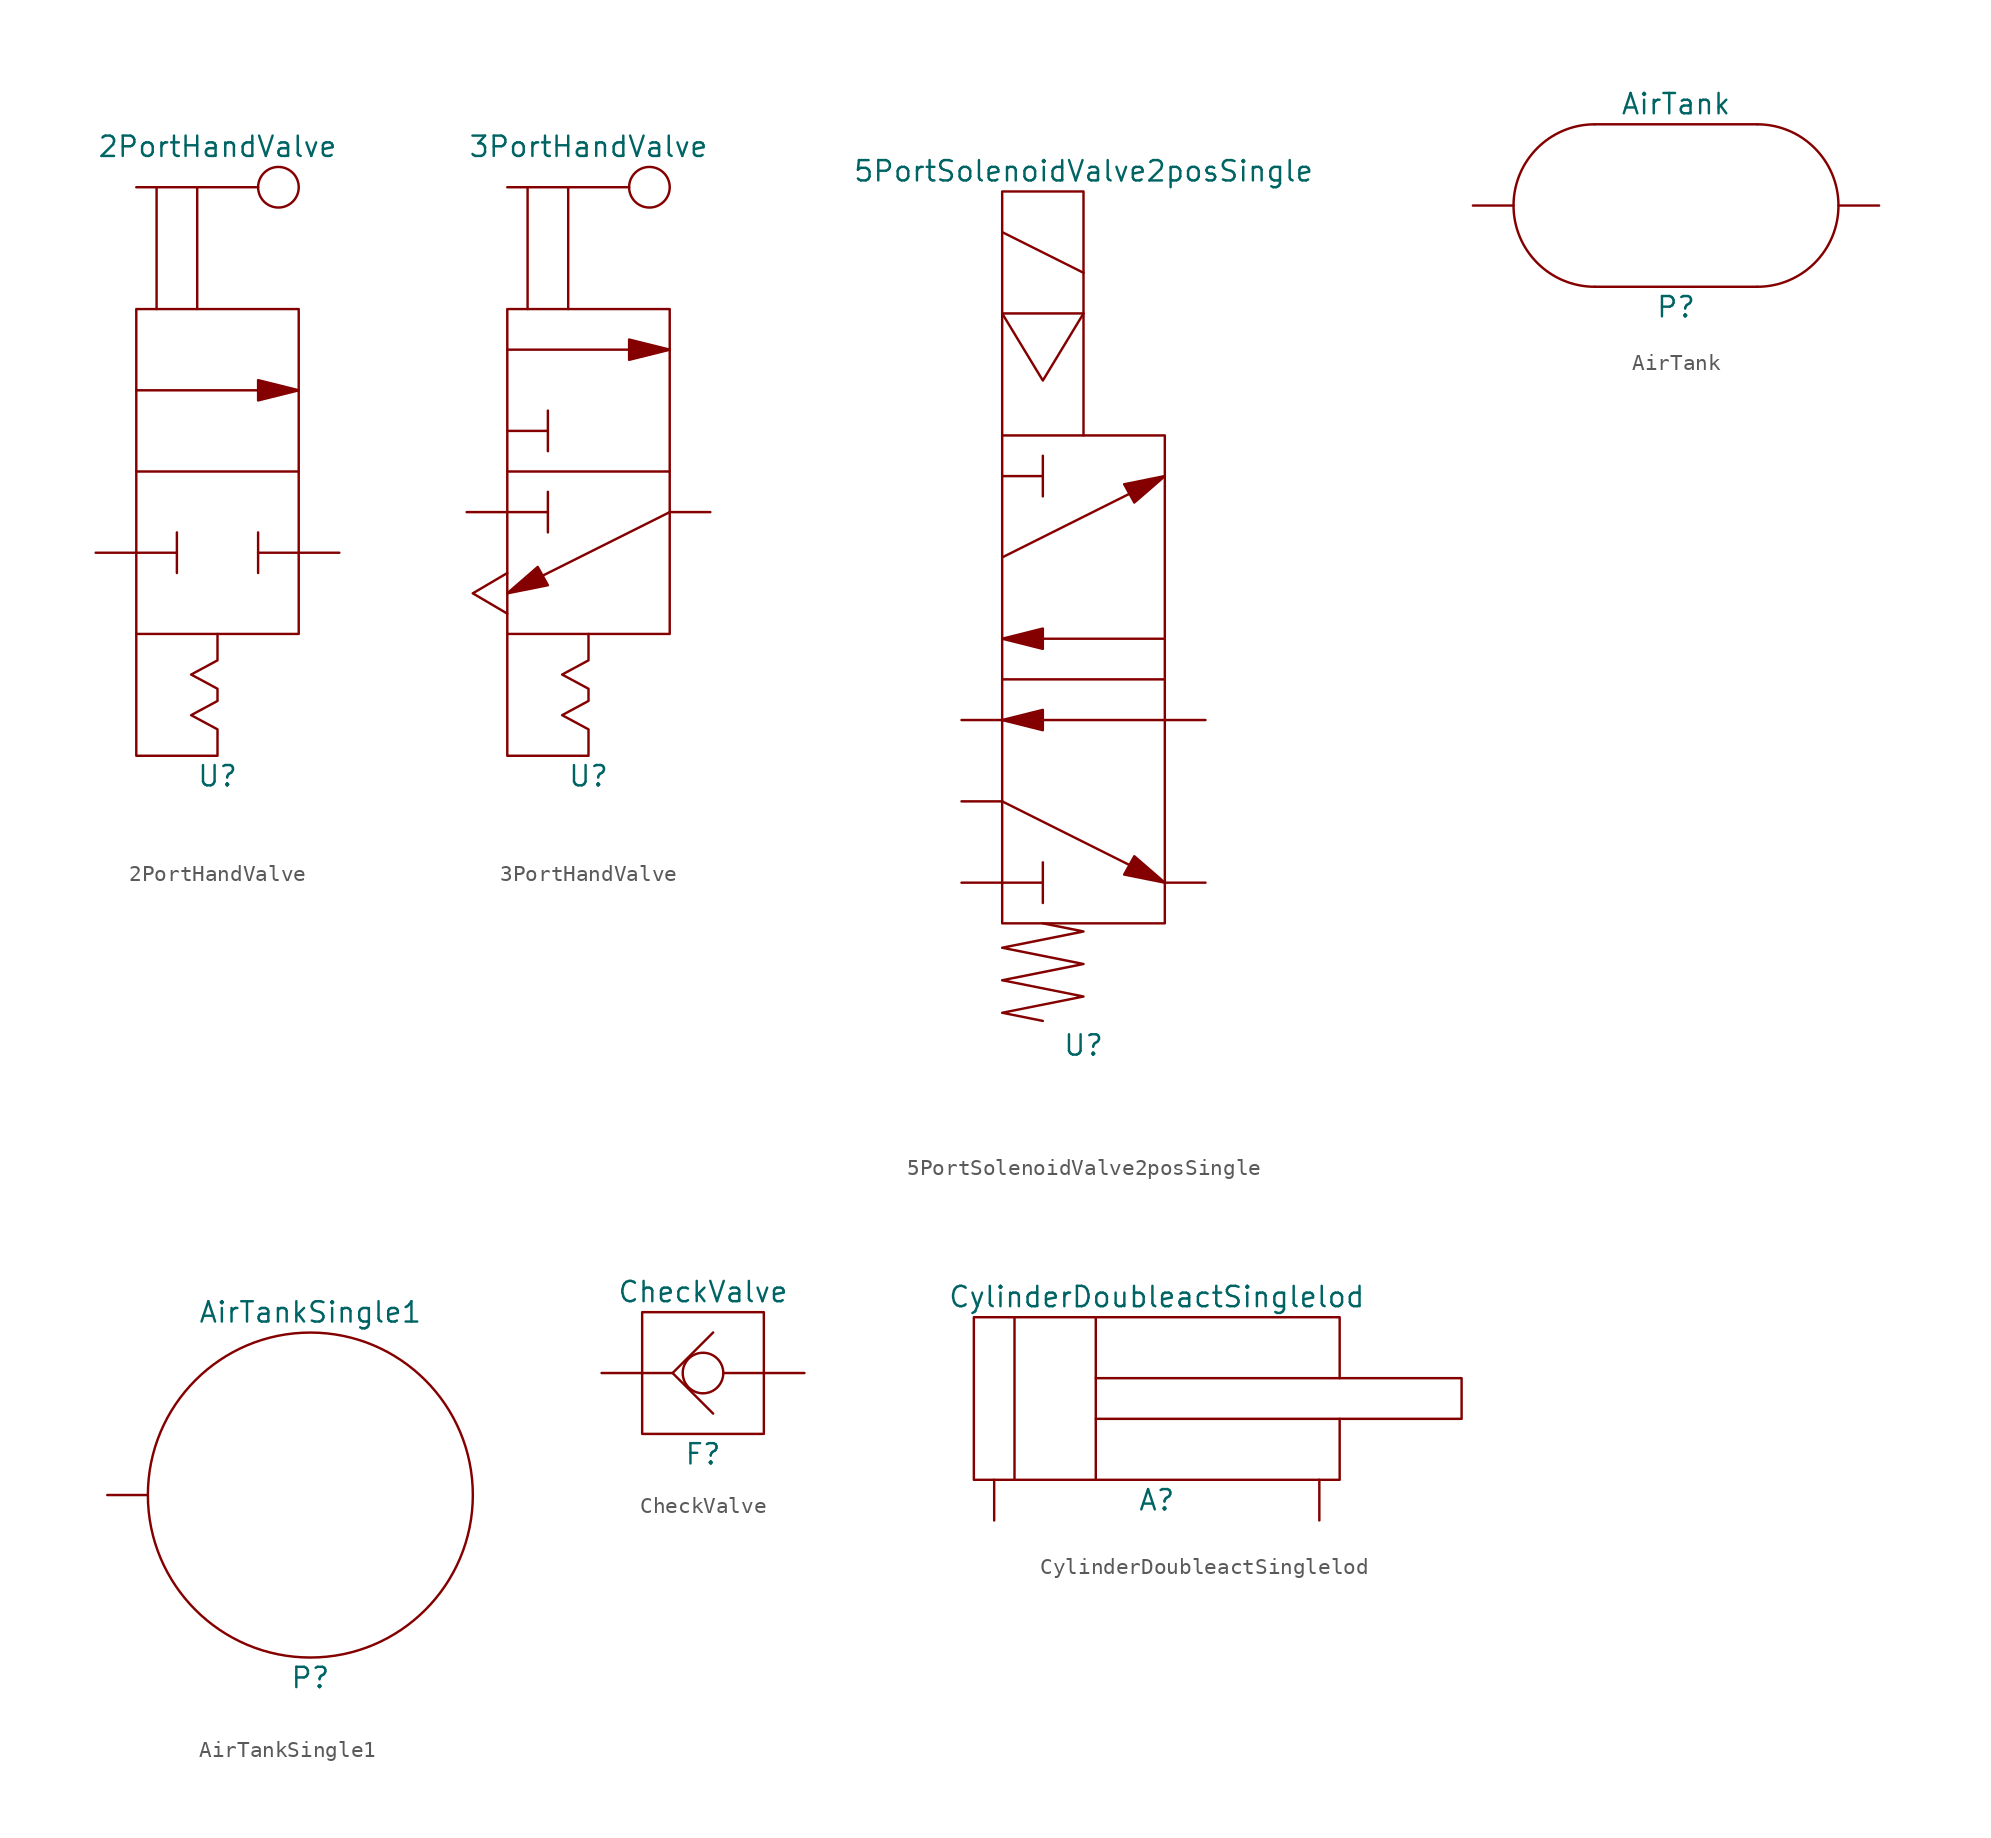
<source format=kicad_sym>
(kicad_symbol_lib
  (version 20220914)
  (generator kicad_symbol_editor)
  (symbol "2PortHandValve"
    (pin_names
      (offset 1.016))
    (property "Reference" "U"
      (at 0 -13.97 0)
      (effects (font (size 1.27 1.27))))
    (property "Value" "2PortHandValve"
      (at 0 25.4 0)
      (effects (font (size 1.27 1.27))))
    (symbol "2PortHandValve_0_1"
      (rectangle (start -5.08 15.24) (end 5.08 -5.08) (stroke (width 0) (type solid)) (fill (type none)))
      (polyline (pts (xy -5.08 0) (xy -2.54 0)) (stroke (width 0) (type solid)) (fill (type none)))
      (polyline (pts (xy -5.08 5.08) (xy 5.08 5.08)) (stroke (width 0) (type solid)) (fill (type none)))
      (polyline (pts (xy -5.08 10.16) (xy 5.08 10.16)) (stroke (width 0) (type solid)) (fill (type none)))
      (polyline (pts (xy -5.08 22.86) (xy 2.54 22.86)) (stroke (width 0) (type solid)) (fill (type none)))
      (polyline (pts (xy -3.81 22.86) (xy -3.81 15.24)) (stroke (width 0) (type solid)) (fill (type none)))
      (polyline (pts (xy -2.54 1.27) (xy -2.54 -1.27)) (stroke (width 0) (type solid)) (fill (type none)))
      (polyline (pts (xy -1.27 22.86) (xy -1.27 15.24)) (stroke (width 0) (type solid)) (fill (type none)))
      (polyline (pts (xy 5.08 10.16) (xy 2.54 10.795) (xy 2.54 9.525) (xy 5.08 10.16)) (stroke (width 0) (type solid)) (fill (type outline)))
      (polyline (pts (xy -5.08 -5.08) (xy -5.08 -12.7) (xy 0 -12.7) (xy 0 -11.049) (xy -1.651 -10.16) (xy 0 -9.271) (xy 0 -8.509) (xy -1.651 -7.62) (xy 0 -6.731) (xy 0 -5.08)) (stroke (width 0) (type solid)) (fill (type none)))
      (circle (center 3.81 22.86) (radius 1.27) (stroke (width 0) (type solid)) (fill (type none))))
    (symbol "2PortHandValve_1_1"
      (polyline (pts (xy 2.54 -1.27) (xy 2.54 1.27)) (stroke (width 0) (type solid)) (fill (type none)))
      (polyline (pts (xy 5.08 0) (xy 2.54 0)) (stroke (width 0) (type solid)) (fill (type none)))
      (pin input line (at -7.62 0 0) (length 2.54) (name "~" (effects (font (size 1.27 1.27)))) (number "~" (effects (font (size 1.27 1.27)))))
      (pin input line (at 7.62 0 180) (length 2.54) (name "~" (effects (font (size 1.27 1.27)))) (number "~" (effects (font (size 1.27 1.27)))))))
  (symbol "3PortHandValve"
    (pin_names
      (offset 1.016))
    (property "Reference" "U"
      (at 0 -16.51 0)
      (effects (font (size 1.27 1.27))))
    (property "Value" "3PortHandValve"
      (at 0 22.86 0)
      (effects (font (size 1.27 1.27))))
    (symbol "3PortHandValve_0_1"
      (rectangle (start -5.08 12.7) (end 5.08 -7.62) (stroke (width 0) (type solid)) (fill (type none)))
      (polyline (pts (xy -5.08 0) (xy -2.54 0)) (stroke (width 0) (type solid)) (fill (type none)))
      (polyline (pts (xy -5.08 2.54) (xy 5.08 2.54)) (stroke (width 0) (type solid)) (fill (type none)))
      (polyline (pts (xy -5.08 5.08) (xy -2.54 5.08)) (stroke (width 0) (type solid)) (fill (type none)))
      (polyline (pts (xy -5.08 10.16) (xy 5.08 10.16)) (stroke (width 0) (type solid)) (fill (type none)))
      (polyline (pts (xy -5.08 20.32) (xy 2.54 20.32)) (stroke (width 0) (type solid)) (fill (type none)))
      (polyline (pts (xy -3.81 20.32) (xy -3.81 12.7)) (stroke (width 0) (type solid)) (fill (type none)))
      (polyline (pts (xy -2.54 1.27) (xy -2.54 -1.27)) (stroke (width 0) (type solid)) (fill (type none)))
      (polyline (pts (xy -2.54 6.35) (xy -2.54 3.81)) (stroke (width 0) (type solid)) (fill (type none)))
      (polyline (pts (xy -1.27 20.32) (xy -1.27 12.7)) (stroke (width 0) (type solid)) (fill (type none)))
      (polyline (pts (xy 5.08 0) (xy -5.08 -5.08)) (stroke (width 0) (type solid)) (fill (type none)))
      (polyline (pts (xy -5.08 -5.08) (xy -2.54 -4.572) (xy -3.175 -3.429) (xy -5.08 -5.08)) (stroke (width 0) (type solid)) (fill (type outline)))
      (polyline (pts (xy 5.08 10.16) (xy 2.54 10.795) (xy 2.54 9.525) (xy 5.08 10.16)) (stroke (width 0) (type solid)) (fill (type outline)))
      (polyline (pts (xy -5.08 -7.62) (xy -5.08 -15.24) (xy 0 -15.24) (xy 0 -13.589) (xy -1.651 -12.7) (xy 0 -11.811) (xy 0 -11.049) (xy -1.651 -10.16) (xy 0 -9.271) (xy 0 -7.62)) (stroke (width 0) (type solid)) (fill (type none)))
      (circle (center 3.81 20.32) (radius 1.27) (stroke (width 0) (type solid)) (fill (type none))))
    (symbol "3PortHandValve_1_1"
      (polyline (pts (xy -5.08 -3.81) (xy -7.239 -5.08) (xy -5.08 -6.35)) (stroke (width 0) (type solid)) (fill (type none)))
      (pin input line (at -7.62 0 0) (length 2.54) (name "~" (effects (font (size 1.27 1.27)))) (number "~" (effects (font (size 1.27 1.27)))))
      (pin input line (at 7.62 0 180) (length 2.54) (name "~" (effects (font (size 1.27 1.27)))) (number "~" (effects (font (size 1.27 1.27)))))))
  (symbol "5PortSolenoidValve2posSingle"
    (pin_names
      (offset 1.016))
    (property "Reference" "U"
      (at 0 -15.24 0)
      (effects (font (size 1.27 1.27))))
    (property "Value" "5PortSolenoidValve2posSingle"
      (at 0 39.37 0)
      (effects (font (size 1.27 1.27))))
    (symbol "5PortSolenoidValve2posSingle_0_1"
      (rectangle (start -5.08 22.86) (end 5.08 -7.62) (stroke (width 0) (type solid)) (fill (type none)))
      (polyline (pts (xy -5.08 -5.08) (xy -2.54 -5.08)) (stroke (width 0) (type solid)) (fill (type none)))
      (polyline (pts (xy -5.08 0) (xy 5.08 -5.08)) (stroke (width 0) (type solid)) (fill (type none)))
      (polyline (pts (xy -5.08 5.08) (xy 5.08 5.08)) (stroke (width 0) (type solid)) (fill (type none)))
      (polyline (pts (xy -5.08 7.62) (xy 5.08 7.62)) (stroke (width 0) (type solid)) (fill (type none)))
      (polyline (pts (xy -5.08 20.32) (xy -2.54 20.32)) (stroke (width 0) (type solid)) (fill (type none)))
      (polyline (pts (xy -5.08 30.48) (xy 0 30.48)) (stroke (width 0) (type solid)) (fill (type none)))
      (polyline (pts (xy -5.08 35.56) (xy 0 33.02)) (stroke (width 0) (type solid)) (fill (type none)))
      (polyline (pts (xy -2.54 -3.81) (xy -2.54 -6.35)) (stroke (width 0) (type solid)) (fill (type none)))
      (polyline (pts (xy -2.54 21.59) (xy -2.54 19.05)) (stroke (width 0) (type solid)) (fill (type none)))
      (polyline (pts (xy 5.08 10.16) (xy -5.08 10.16)) (stroke (width 0) (type solid)) (fill (type none)))
      (polyline (pts (xy -5.08 30.48) (xy -2.54 26.289) (xy 0 30.48)) (stroke (width 0) (type solid)) (fill (type none)))
      (polyline (pts (xy -5.08 10.16) (xy -2.54 10.795) (xy -2.54 9.525) (xy -5.08 10.16)) (stroke (width 0) (type solid)) (fill (type outline)))
      (polyline (pts (xy -5.08 22.86) (xy -5.08 38.1) (xy 0 38.1) (xy 0 22.86)) (stroke (width 0) (type solid)) (fill (type none)))
      (polyline (pts (xy 5.08 -5.08) (xy 2.54 -4.572) (xy 3.175 -3.429) (xy 5.08 -5.08)) (stroke (width 0) (type solid)) (fill (type outline))))
    (symbol "5PortSolenoidValve2posSingle_1_1"
      (polyline (pts (xy -5.08 15.24) (xy 5.08 20.32)) (stroke (width 0) (type solid)) (fill (type none)))
      (polyline (pts (xy -5.08 5.08) (xy -2.54 5.715) (xy -2.54 4.445) (xy -5.08 5.08)) (stroke (width 0) (type solid)) (fill (type outline)))
      (polyline (pts (xy 5.08 20.32) (xy 2.54 19.812) (xy 3.175 18.669) (xy 5.08 20.32)) (stroke (width 0) (type solid)) (fill (type outline)))
      (polyline (pts (xy -2.54 -13.716) (xy -5.08 -13.208) (xy 0 -12.192) (xy -5.08 -11.176) (xy 0 -10.16) (xy -5.08 -9.144) (xy 0 -8.128) (xy -2.54 -7.62)) (stroke (width 0) (type solid)) (fill (type none)))
      (pin input line (at -7.62 -5.08 0) (length 2.54) (name "~" (effects (font (size 1.27 1.27)))) (number "~" (effects (font (size 1.27 1.27)))))
      (pin input line (at -7.62 0 0) (length 2.54) (name "~" (effects (font (size 1.27 1.27)))) (number "~" (effects (font (size 1.27 1.27)))))
      (pin input line (at -7.62 5.08 0) (length 2.54) (name "~" (effects (font (size 1.27 1.27)))) (number "~" (effects (font (size 1.27 1.27)))))
      (pin input line (at 7.62 -5.08 180) (length 2.54) (name "~" (effects (font (size 1.27 1.27)))) (number "~" (effects (font (size 1.27 1.27)))))
      (pin input line (at 7.62 5.08 180) (length 2.54) (name "~" (effects (font (size 1.27 1.27)))) (number "~" (effects (font (size 1.27 1.27)))))))
  (symbol "AirTank"
    (pin_names
      (offset 1.016))
    (property "Reference" "P"
      (at 0 -6.35 0)
      (effects (font (size 1.27 1.27))))
    (property "Value" "AirTank"
      (at 0 6.35 0)
      (effects (font (size 1.27 1.27))))
    (symbol "AirTank_0_1"
      (polyline (pts (xy -5.08 -5.08) (xy 5.08 -5.08)) (stroke (width 0) (type solid)) (fill (type none)))
      (polyline (pts (xy -5.08 5.08) (xy 5.08 5.08)) (stroke (width 0) (type solid)) (fill (type none)))
      (arc (start 5.08 -5.08) (mid 10.1379 0) (end 5.08 5.08) (stroke (width 0) (type solid)) (fill (type none))))
    (symbol "AirTank_1_1"
      (arc (start -5.08 5.08) (mid -10.1379 0) (end -5.08 -5.08) (stroke (width 0) (type solid)) (fill (type none)))
      (pin passive line (at -12.7 0 0) (length 2.54) (name "~" (effects (font (size 1.27 1.27)))) (number "~" (effects (font (size 1.27 1.27)))))
      (pin passive line (at 12.7 0 180) (length 2.54) (name "~" (effects (font (size 1.27 1.27)))) (number "~" (effects (font (size 1.27 1.27)))))))
  (symbol "AirTankSingle1"
    (pin_names
      (offset 1.016))
    (property "Reference" "P"
      (at 0 -11.43 0)
      (effects (font (size 1.27 1.27))))
    (property "Value" "AirTankSingle1"
      (at 0 11.43 0)
      (effects (font (size 1.27 1.27))))
    (symbol "AirTankSingle1_0_1"
      (circle (center 0 0) (radius 10.16) (stroke (width 0) (type solid)) (fill (type none))))
    (symbol "AirTankSingle1_1_1"
      (pin passive line (at -12.7 0 0) (length 2.54) (name "~" (effects (font (size 1.27 1.27)))) (number "~" (effects (font (size 1.27 1.27)))))))
  (symbol "CheckValve"
    (pin_names
      (offset 1.016))
    (property "Reference" "F"
      (at 0 -5.08 0)
      (effects (font (size 1.27 1.27))))
    (property "Value" "CheckValve"
      (at 0 5.08 0)
      (effects (font (size 1.27 1.27))))
    (symbol "CheckValve_0_1"
      (rectangle (start -3.81 3.81) (end 3.81 -3.81) (stroke (width 0) (type solid)) (fill (type none)))
      (polyline (pts (xy -3.81 0) (xy -1.905 0)) (stroke (width 0) (type solid)) (fill (type none)))
      (polyline (pts (xy -1.905 0) (xy 0.635 -2.54)) (stroke (width 0) (type solid)) (fill (type none)))
      (polyline (pts (xy -1.905 0) (xy 0.635 2.54)) (stroke (width 0) (type solid)) (fill (type none)))
      (polyline (pts (xy 1.27 0) (xy 3.81 0)) (stroke (width 0) (type solid)) (fill (type none)))
      (circle (center 0 0) (radius 1.27) (stroke (width 0) (type solid)) (fill (type none))))
    (symbol "CheckValve_1_1"
      (pin input line (at -6.35 0 0) (length 2.54) (name "~" (effects (font (size 1.27 1.27)))) (number "~" (effects (font (size 1.27 1.27)))))
      (pin input line (at 6.35 0 180) (length 2.54) (name "~" (effects (font (size 1.27 1.27)))) (number "~" (effects (font (size 1.27 1.27)))))))
  (symbol "CylinderDoubleactSinglelod"
    (pin_names
      (offset 1.016))
    (property "Reference" "A"
      (at 0 -6.35 0)
      (effects (font (size 1.27 1.27))))
    (property "Value" "CylinderDoubleactSinglelod"
      (at 0 6.35 0)
      (effects (font (size 1.27 1.27))))
    (symbol "CylinderDoubleactSinglelod_0_1"
      (polyline (pts (xy -8.89 5.08) (xy -8.89 -5.08)) (stroke (width 0) (type solid)) (fill (type none)))
      (polyline (pts (xy -3.81 5.08) (xy -3.81 -5.08)) (stroke (width 0) (type solid)) (fill (type none)))
      (polyline (pts (xy -3.81 1.27) (xy 19.05 1.27) (xy 19.05 -1.27) (xy -3.81 -1.27)) (stroke (width 0) (type solid)) (fill (type none)))
      (polyline (pts (xy 11.43 1.27) (xy 11.43 5.08) (xy -11.43 5.08) (xy -11.43 -5.08) (xy 11.43 -5.08) (xy 11.43 -1.27)) (stroke (width 0) (type solid)) (fill (type none))))
    (symbol "CylinderDoubleactSinglelod_1_1"
      (pin input line (at -10.16 -7.62 90) (length 2.54) (name "~" (effects (font (size 1.27 1.27)))) (number "~" (effects (font (size 1.27 1.27)))))
      (pin input line (at 10.16 -7.62 90) (length 2.54) (name "~" (effects (font (size 1.27 1.27)))) (number "~" (effects (font (size 1.27 1.27))))))))
</source>
